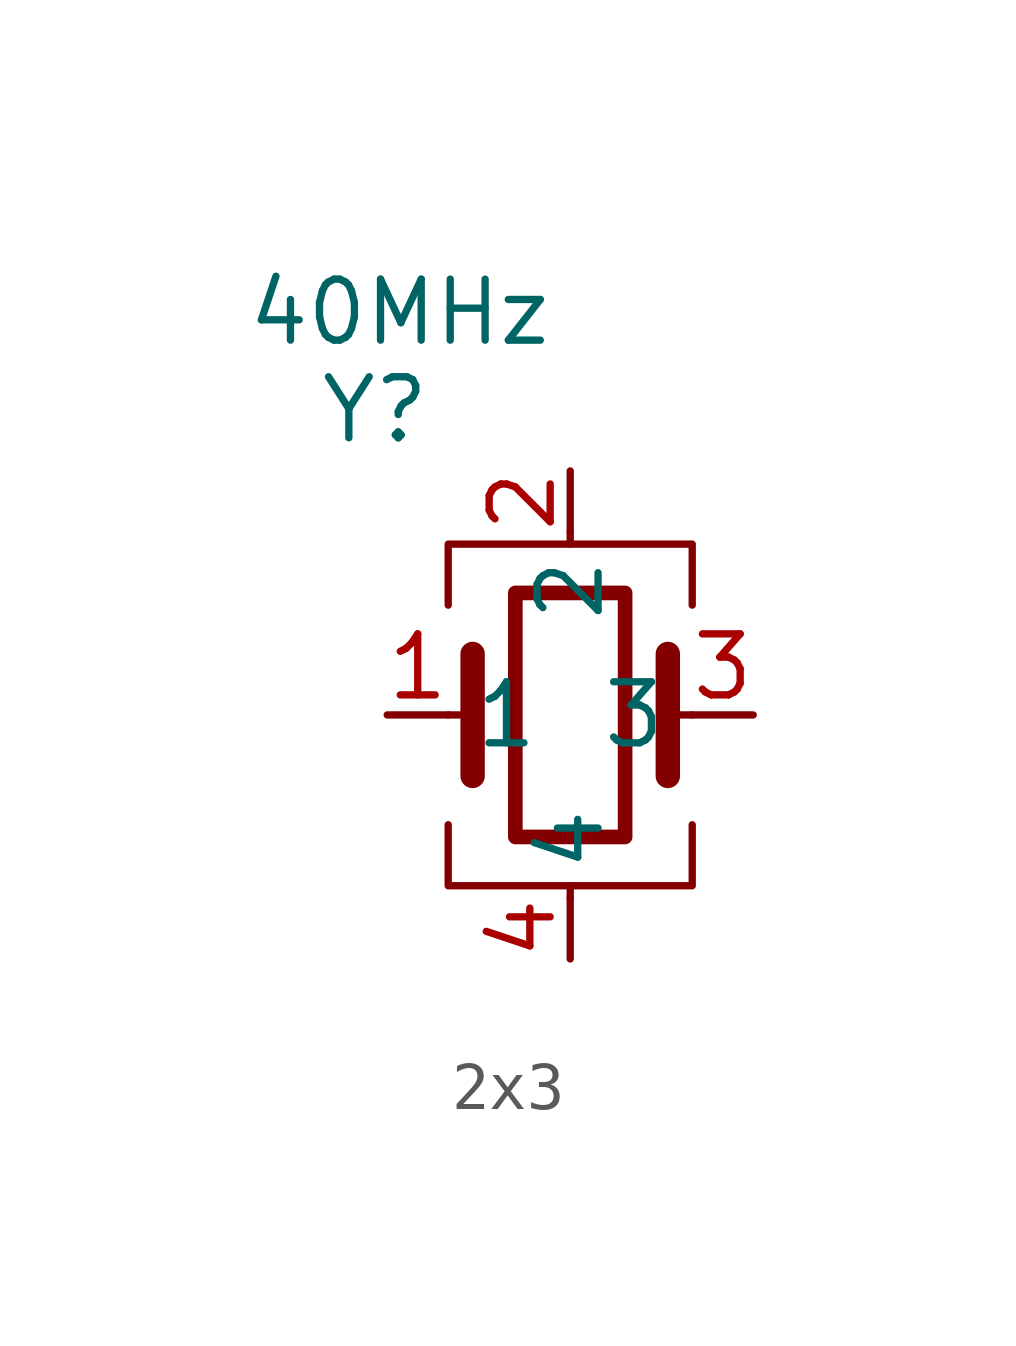
<source format=kicad_sym>
(kicad_symbol_lib
  (version 20241209)
  (generator "kicad_symbol_editor")
  (generator_version "9.0")
  (symbol "2x3"
    (property "Reference" "Y"
      (at -4.064 1.27 0)
      (effects (font (size 1.27 1.27))))
    (property "Value" "40MHz"
      (at -3.556 3.302 0)
      (effects (font (size 1.27 1.27))))
    (symbol "2x3_0_1"
      (polyline (pts (xy -2.54 -2.794) (xy -2.54 -1.524) (xy 2.54 -1.524) (xy 2.54 -2.794)) (stroke (width 0) (type default)) (fill (type none)))
      (polyline (pts (xy -2.54 -5.08) (xy -2.032 -5.08)) (stroke (width 0) (type default)) (fill (type none)))
      (polyline (pts (xy -2.54 -7.366) (xy -2.54 -8.636) (xy 2.54 -8.636) (xy 2.54 -7.366)) (stroke (width 0) (type default)) (fill (type none)))
      (polyline (pts (xy -2.032 -6.35) (xy -2.032 -3.81)) (stroke (width 0.508) (type default)) (fill (type none)))
      (rectangle (start -1.143 -2.54) (end 1.143 -7.62) (stroke (width 0.305) (type default)) (fill (type none)))
      (polyline (pts (xy 0 -1.524) (xy 0 -1.27)) (stroke (width 0) (type default)) (fill (type none)))
      (polyline (pts (xy 0 -8.89) (xy 0 -8.636)) (stroke (width 0) (type default)) (fill (type none)))
      (polyline (pts (xy 2.032 -5.08) (xy 2.54 -5.08)) (stroke (width 0) (type default)) (fill (type none)))
      (polyline (pts (xy 2.032 -6.35) (xy 2.032 -3.81)) (stroke (width 0.508) (type default)) (fill (type none))))
    (symbol "2x3_1_1"
      (pin passive line (at -3.81 -5.08 0) (length 1.27) (name "1" (effects (font (size 1.27 1.27)))) (number "1" (effects (font (size 1.27 1.27)))))
      (pin passive line (at 0 0 270) (length 1.27) (name "2" (effects (font (size 1.27 1.27)))) (number "2" (effects (font (size 1.27 1.27)))))
      (pin passive line (at 0 -10.16 90) (length 1.27) (name "4" (effects (font (size 1.27 1.27)))) (number "4" (effects (font (size 1.27 1.27)))))
      (pin passive line (at 3.81 -5.08 180) (length 1.27) (name "3" (effects (font (size 1.27 1.27)))) (number "3" (effects (font (size 1.27 1.27))))))))
</source>
